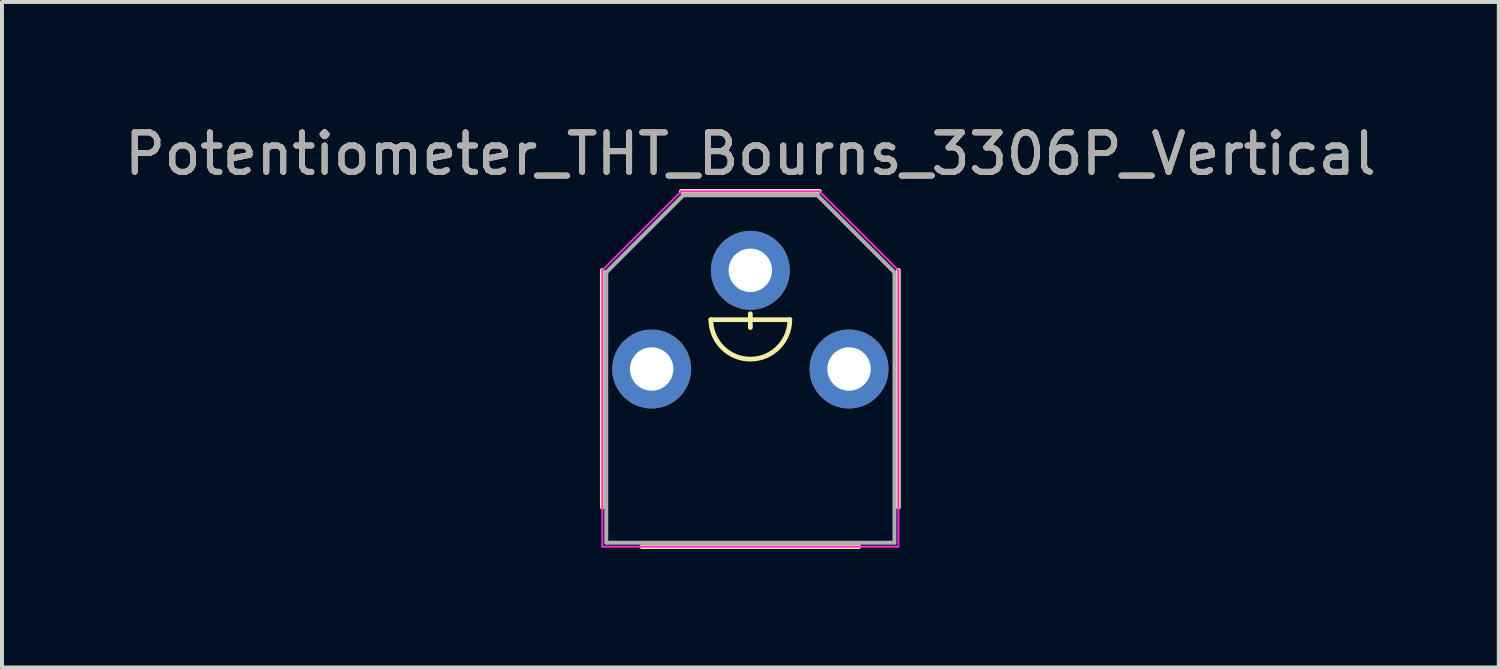
<source format=kicad_pcb>
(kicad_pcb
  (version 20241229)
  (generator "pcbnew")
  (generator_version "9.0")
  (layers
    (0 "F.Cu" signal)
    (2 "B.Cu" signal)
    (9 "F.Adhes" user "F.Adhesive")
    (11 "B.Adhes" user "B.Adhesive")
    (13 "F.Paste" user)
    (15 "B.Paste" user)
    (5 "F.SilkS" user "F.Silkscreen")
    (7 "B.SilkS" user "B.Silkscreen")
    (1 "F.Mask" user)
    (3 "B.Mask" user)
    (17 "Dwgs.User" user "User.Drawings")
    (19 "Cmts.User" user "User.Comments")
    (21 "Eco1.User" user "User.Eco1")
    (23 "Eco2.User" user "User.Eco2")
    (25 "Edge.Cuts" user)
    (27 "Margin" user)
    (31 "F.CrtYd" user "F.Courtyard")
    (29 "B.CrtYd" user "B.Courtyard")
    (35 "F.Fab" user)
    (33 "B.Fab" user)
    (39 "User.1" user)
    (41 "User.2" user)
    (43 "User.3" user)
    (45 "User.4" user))
  (footprint "Potentiometer_THT_Bourns_3306P_Vertical"
    (layer "F.Cu")
    (at 15.958 5.048)
    (property "Reference" "Potentiometer_THT_Bourns_3306P_Vertical" (at 0 -4.2 0) (layer "F.SilkS") (effects (font (size 1 1) (thickness 0.15))))
    (attr through_hole)
    (fp_line (start -3.75 -1.25) (end -3.75 4.75) (stroke (width 0.12) (type solid)) (layer "F.SilkS"))
    (fp_line (start -2.75 5.75) (end 2.75 5.75) (stroke (width 0.12) (type solid)) (layer "F.SilkS"))
    (fp_line (start -1.75 -3.25) (end 1.75 -3.25) (stroke (width 0.12) (type solid)) (layer "F.SilkS"))
    (fp_line (start 0 0.2) (end 0 -0.15) (stroke (width 0.12) (type solid)) (layer "F.SilkS"))
    (fp_line (start 1 0) (end -1 0) (stroke (width 0.12) (type solid)) (layer "F.SilkS"))
    (fp_line (start 3.75 4.75) (end 3.75 -1.25) (stroke (width 0.12) (type solid)) (layer "F.SilkS"))
    (fp_arc (start 1 0) (mid 0 1) (end -1 0) (stroke (width 0.12) (type solid)) (layer "F.SilkS"))
    (fp_line (start -3.75 -1.25) (end -3.75 5.75) (stroke (width 0.05) (type solid)) (layer "F.CrtYd"))
    (fp_line (start -3.75 5.75) (end 3.75 5.75) (stroke (width 0.05) (type solid)) (layer "F.CrtYd"))
    (fp_line (start -1.75 -3.25) (end -3.75 -1.25) (stroke (width 0.05) (type solid)) (layer "F.CrtYd"))
    (fp_line (start -1.75 -3.25) (end 1.75 -3.25) (stroke (width 0.05) (type solid)) (layer "F.CrtYd"))
    (fp_line (start 1.75 -3.25) (end 3.75 -1.25) (stroke (width 0.05) (type solid)) (layer "F.CrtYd"))
    (fp_line (start 3.75 -1.25) (end 3.75 5.75) (stroke (width 0.05) (type solid)) (layer "F.CrtYd"))
    (fp_line (start -3.65 -1.2) (end -1.7 -3.15) (stroke (width 0.1) (type solid)) (layer "F.Fab"))
    (fp_line (start -3.65 5.65) (end -3.65 -1.2) (stroke (width 0.1) (type solid)) (layer "F.Fab"))
    (fp_line (start -1.7 -3.15) (end 1.7 -3.15) (stroke (width 0.1) (type solid)) (layer "F.Fab"))
    (fp_line (start 1.7 -3.15) (end 3.65 -1.2) (stroke (width 0.1) (type solid)) (layer "F.Fab"))
    (fp_line (start 3.65 -1.2) (end 3.65 5.65) (stroke (width 0.1) (type solid)) (layer "F.Fab"))
    (fp_line (start 3.65 5.65) (end -3.65 5.65) (stroke (width 0.1) (type solid)) (layer "F.Fab"))
    (fp_text user "${REFERENCE}" (at 0 -4.2 0) (layer "F.Fab") (effects (font (size 1 1) (thickness 0.15))))
    (pad "1" thru_hole circle (at -2.5 1.25) (size 2 2) (drill 1.1) (layers "*.Cu" "*.Mask"))
    (pad "2" thru_hole circle (at 0 -1.25) (size 2 2) (drill 1.1) (layers "*.Cu" "*.Mask"))
    (pad "3" thru_hole circle (at 2.5 1.25) (size 2 2) (drill 1.1) (layers "*.Cu" "*.Mask")))
  (gr_rect
    (start -3 -3)
    (end 34.917 13.858)
    (stroke (width 0.1) (type default))
    (fill no)
    (layer "Edge.Cuts")))
</source>
